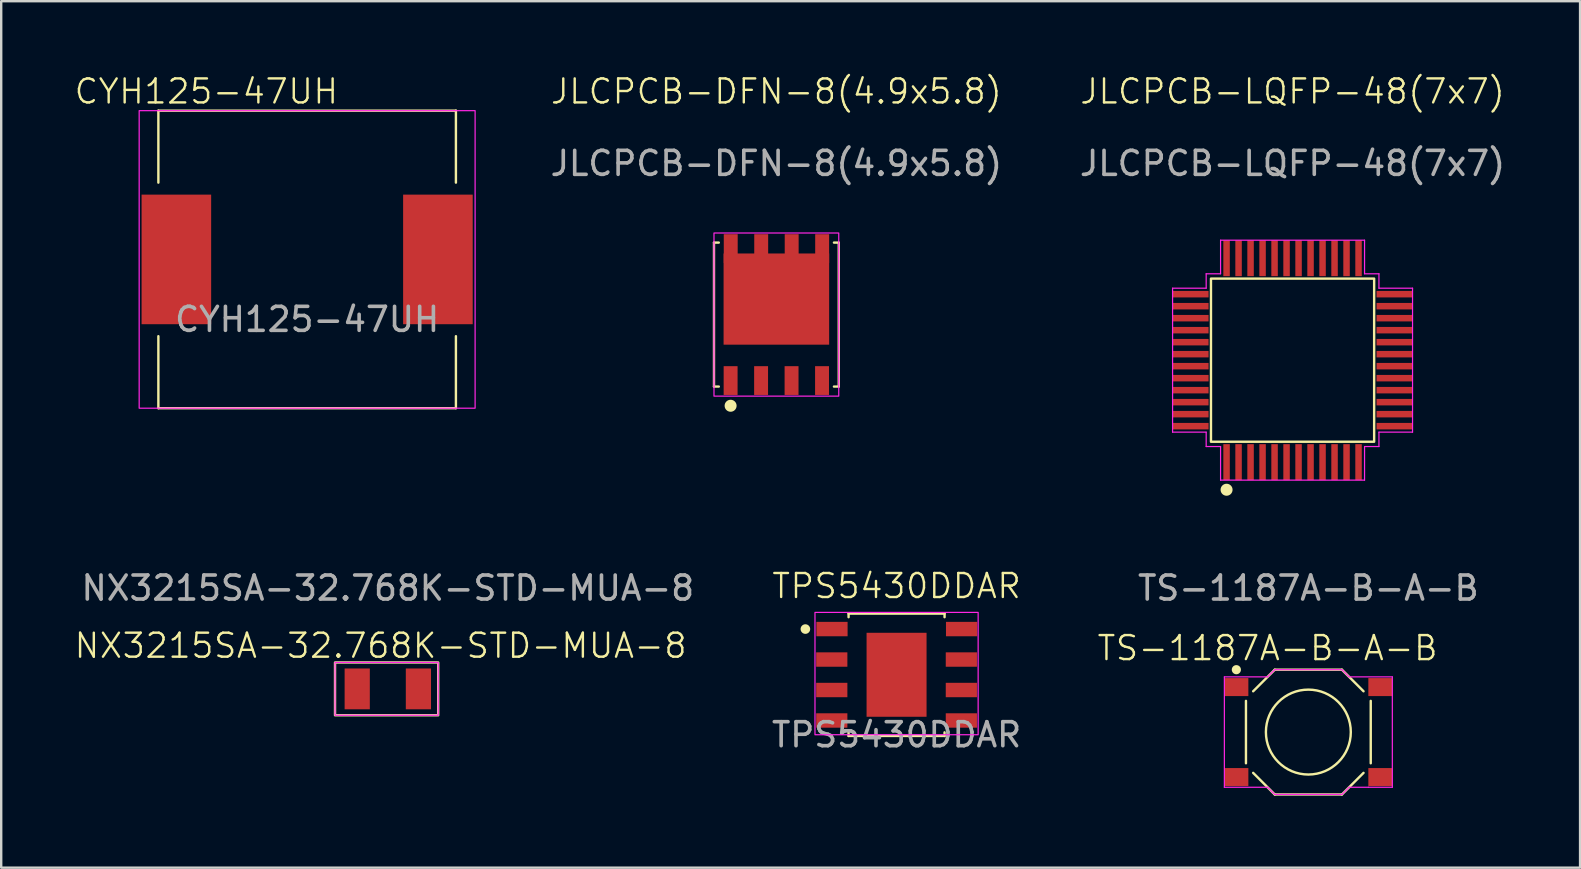
<source format=kicad_pcb>
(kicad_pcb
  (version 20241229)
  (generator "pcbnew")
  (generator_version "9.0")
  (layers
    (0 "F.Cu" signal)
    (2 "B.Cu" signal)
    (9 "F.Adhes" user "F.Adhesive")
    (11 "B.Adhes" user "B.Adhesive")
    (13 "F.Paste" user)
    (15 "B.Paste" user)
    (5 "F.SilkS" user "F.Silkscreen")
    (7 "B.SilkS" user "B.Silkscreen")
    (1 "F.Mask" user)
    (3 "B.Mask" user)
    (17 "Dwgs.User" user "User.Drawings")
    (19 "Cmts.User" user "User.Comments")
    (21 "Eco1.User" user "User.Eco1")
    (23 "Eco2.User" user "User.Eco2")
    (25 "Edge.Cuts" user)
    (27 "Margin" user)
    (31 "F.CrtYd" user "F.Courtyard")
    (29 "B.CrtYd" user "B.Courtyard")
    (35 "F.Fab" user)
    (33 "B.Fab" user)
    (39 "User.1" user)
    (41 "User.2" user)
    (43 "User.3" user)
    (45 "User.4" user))
  (footprint "CYH125-47UH"
    (layer "F.Cu")
    (at 9.75 7.761)
    (property "Reference" "CYH125-47UH" (at -4.2 -7 0) (unlocked yes) (layer "F.SilkS") (effects (font (size 1 1) (thickness 0.1))))
    (attr smd)
    (fp_line (start -6.2 -6.2) (end -6.2 -3.2) (stroke (width 0.1) (type default)) (layer "F.SilkS"))
    (fp_line (start -6.2 -6.2) (end 6.2 -6.2) (stroke (width 0.1) (type default)) (layer "F.SilkS"))
    (fp_line (start -6.2 6.2) (end -6.2 3.2) (stroke (width 0.1) (type default)) (layer "F.SilkS"))
    (fp_line (start -6.2 6.2) (end 6.2 6.2) (stroke (width 0.1) (type default)) (layer "F.SilkS"))
    (fp_line (start 6.2 -6.2) (end 6.2 -3.2) (stroke (width 0.1) (type default)) (layer "F.SilkS"))
    (fp_line (start 6.2 6.2) (end 6.2 3.2) (stroke (width 0.1) (type default)) (layer "F.SilkS"))
    (fp_rect (start -7 -6.2) (end 7 6.2) (stroke (width 0.05) (type default)) (fill no) (layer "F.CrtYd"))
    (fp_text user "${REFERENCE}" (at 0 2.5 0) (unlocked yes) (layer "F.Fab") (effects (font (size 1 1) (thickness 0.15))))
    (pad "1" smd rect (at -5.45 0) (size 2.9 5.4) (layers "F.Cu" "F.Mask" "F.Paste"))
    (pad "2" smd rect (at 5.45 0) (size 2.9 5.4) (layers "F.Cu" "F.Mask" "F.Paste")))
  (footprint "TS-1187A-B-A-B"
    (layer "F.Cu")
    (at 51.475 27.459)
    (property "Reference" "TS-1187A-B-A-B" (at -1.7 -3.5 0) (unlocked yes) (layer "F.SilkS") (effects (font (size 1 1) (thickness 0.1))))
    (attr smd)
    (fp_line (start -2.6 -1.3) (end -2.6 1.3) (stroke (width 0.1) (type default)) (layer "F.SilkS"))
    (fp_line (start -2.3 1.7) (end -1.4 2.6) (stroke (width 0.1) (type default)) (layer "F.SilkS"))
    (fp_line (start -1.4 -2.6) (end -2.3 -1.7) (stroke (width 0.1) (type default)) (layer "F.SilkS"))
    (fp_line (start -1.4 -2.6) (end 1.4 -2.6) (stroke (width 0.1) (type default)) (layer "F.SilkS"))
    (fp_line (start -1.4 2.6) (end 1.4 2.6) (stroke (width 0.1) (type default)) (layer "F.SilkS"))
    (fp_line (start 1.4 -2.6) (end 2.3 -1.7) (stroke (width 0.1) (type default)) (layer "F.SilkS"))
    (fp_line (start 2.3 1.7) (end 1.4 2.6) (stroke (width 0.1) (type default)) (layer "F.SilkS"))
    (fp_line (start 2.6 -1.3) (end 2.6 1.3) (stroke (width 0.1) (type default)) (layer "F.SilkS"))
    (fp_circle (center -3 -2.6) (end -2.859 -2.6) (stroke (width 0.1) (type solid)) (fill yes) (layer "F.SilkS"))
    (fp_circle (center 0 0) (end 1.3 -1.2) (stroke (width 0.1) (type default)) (fill no) (layer "F.SilkS"))
    (fp_line (start -3.5 -2.3) (end -3.5 2.3) (stroke (width 0.05) (type default)) (layer "F.CrtYd"))
    (fp_line (start -3.5 -2.3) (end -1.7 -2.3) (stroke (width 0.05) (type default)) (layer "F.CrtYd"))
    (fp_line (start -3.5 2.3) (end -1.7 2.3) (stroke (width 0.05) (type default)) (layer "F.CrtYd"))
    (fp_line (start -1.7 -2.3) (end -1.4 -2.6) (stroke (width 0.05) (type default)) (layer "F.CrtYd"))
    (fp_line (start -1.7 2.3) (end -1.4 2.6) (stroke (width 0.05) (type default)) (layer "F.CrtYd"))
    (fp_line (start -1.4 2.6) (end 1.4 2.6) (stroke (width 0.05) (type default)) (layer "F.CrtYd"))
    (fp_line (start 1.4 -2.6) (end -1.4 -2.6) (stroke (width 0.05) (type default)) (layer "F.CrtYd"))
    (fp_line (start 1.7 -2.3) (end 1.4 -2.6) (stroke (width 0.05) (type default)) (layer "F.CrtYd"))
    (fp_line (start 1.7 -2.3) (end 3.5 -2.3) (stroke (width 0.05) (type default)) (layer "F.CrtYd"))
    (fp_line (start 1.7 2.3) (end 1.4 2.6) (stroke (width 0.05) (type default)) (layer "F.CrtYd"))
    (fp_line (start 2.5 2.3) (end 1.7 2.3) (stroke (width 0.05) (type default)) (layer "F.CrtYd"))
    (fp_line (start 3.5 -2.3) (end 3.5 2.3) (stroke (width 0.05) (type default)) (layer "F.CrtYd"))
    (fp_line (start 3.5 2.3) (end 2.5 2.3) (stroke (width 0.05) (type default)) (layer "F.CrtYd"))
    (fp_text user "${REFERENCE}" (at 0 -6 0) (unlocked yes) (layer "F.Fab") (effects (font (size 1 1) (thickness 0.15))))
    (pad "1" smd rect (at -3 -1.875) (size 1 0.75) (layers "F.Cu" "F.Mask" "F.Paste"))
    (pad "2" smd rect (at 3 -1.875) (size 1 0.75) (layers "F.Cu" "F.Mask" "F.Paste"))
    (pad "3" smd rect (at -3 1.875) (size 1 0.75) (layers "F.Cu" "F.Mask" "F.Paste"))
    (pad "4" smd rect (at 3 1.875) (size 1 0.75) (layers "F.Cu" "F.Mask" "F.Paste")))
  (footprint "NX3215SA-32.768K-STD-MUA-8"
    (layer "F.Cu")
    (at 13.112 25.659)
    (property "Reference" "NX3215SA-32.768K-STD-MUA-8" (at -0.3 -1.8 0) (unlocked yes) (layer "F.SilkS") (effects (font (size 1 1) (thickness 0.1))))
    (attr smd)
    (fp_rect (start -2.2 -1.1) (end 2.1 1.1) (stroke (width 0.1) (type default)) (fill no) (layer "F.SilkS"))
    (fp_rect (start -2.2 -1.1) (end 2.1 1.1) (stroke (width 0.05) (type default)) (fill no) (layer "F.CrtYd"))
    (fp_text user "${REFERENCE}" (at 0 -4.2 0) (unlocked yes) (layer "F.Fab") (effects (font (size 1 1) (thickness 0.15))))
    (pad "1" smd rect (at -1.275 0) (size 1.05 1.7) (layers "F.Cu" "F.Mask" "F.Paste"))
    (pad "2" smd rect (at 1.275 0) (size 1.05 1.7) (layers "F.Cu" "F.Mask" "F.Paste")))
  (footprint "JLCPCB-LQFP-48(7x7)"
    (layer "F.Cu")
    (at 50.817 11.96)
    (property "Reference" "JLCPCB-LQFP-48(7x7)" (at 0 -11.2 0) (unlocked yes) (layer "F.SilkS") (effects (font (size 1 1) (thickness 0.1))))
    (attr smd)
    (fp_rect (start -3.4 -3.4) (end 3.4 3.4) (stroke (width 0.1) (type default)) (fill no) (layer "F.SilkS"))
    (fp_circle (center -2.75 5.4) (end -2.55 5.4) (stroke (width 0.1) (type solid)) (fill yes) (layer "F.SilkS"))
    (fp_line (start -5 -3) (end -5 3) (stroke (width 0.05) (type default)) (layer "F.CrtYd"))
    (fp_line (start -5 3) (end -3.6 3) (stroke (width 0.05) (type default)) (layer "F.CrtYd"))
    (fp_line (start -3.6 -3.6) (end -3.6 -3) (stroke (width 0.05) (type default)) (layer "F.CrtYd"))
    (fp_line (start -3.6 -3) (end -5 -3) (stroke (width 0.05) (type default)) (layer "F.CrtYd"))
    (fp_line (start -3.6 3) (end -3.6 3.6) (stroke (width 0.05) (type default)) (layer "F.CrtYd"))
    (fp_line (start -3.6 3.6) (end -3 3.6) (stroke (width 0.05) (type default)) (layer "F.CrtYd"))
    (fp_line (start -3 -5) (end -3 -3.6) (stroke (width 0.05) (type default)) (layer "F.CrtYd"))
    (fp_line (start -3 -3.6) (end -3.6 -3.6) (stroke (width 0.05) (type default)) (layer "F.CrtYd"))
    (fp_line (start -3 3.6) (end -3 5) (stroke (width 0.05) (type default)) (layer "F.CrtYd"))
    (fp_line (start -3 5) (end 3 5) (stroke (width 0.05) (type default)) (layer "F.CrtYd"))
    (fp_line (start 3 -5) (end -3 -5) (stroke (width 0.05) (type default)) (layer "F.CrtYd"))
    (fp_line (start 3 -3.6) (end 3 -5) (stroke (width 0.05) (type default)) (layer "F.CrtYd"))
    (fp_line (start 3 3.6) (end 3.6 3.6) (stroke (width 0.05) (type default)) (layer "F.CrtYd"))
    (fp_line (start 3 5) (end 3 3.6) (stroke (width 0.05) (type default)) (layer "F.CrtYd"))
    (fp_line (start 3.6 -3.6) (end 3 -3.6) (stroke (width 0.05) (type default)) (layer "F.CrtYd"))
    (fp_line (start 3.6 -3) (end 3.6 -3.6) (stroke (width 0.05) (type default)) (layer "F.CrtYd"))
    (fp_line (start 3.6 3) (end 5 3) (stroke (width 0.05) (type default)) (layer "F.CrtYd"))
    (fp_line (start 3.6 3.6) (end 3.6 3) (stroke (width 0.05) (type default)) (layer "F.CrtYd"))
    (fp_line (start 5 -3) (end 3.6 -3) (stroke (width 0.05) (type default)) (layer "F.CrtYd"))
    (fp_line (start 5 3) (end 5 -3) (stroke (width 0.05) (type default)) (layer "F.CrtYd"))
    (fp_text user "${REFERENCE}" (at 0 -8.2 0) (unlocked yes) (layer "F.Fab") (effects (font (size 1 1) (thickness 0.15))))
    (pad "1" smd rect (at -2.75 4.25) (size 0.27 1.5) (layers "F.Cu" "F.Mask" "F.Paste"))
    (pad "2" smd rect (at -2.25 4.25) (size 0.27 1.5) (layers "F.Cu" "F.Mask" "F.Paste"))
    (pad "3" smd rect (at -1.75 4.25) (size 0.27 1.5) (layers "F.Cu" "F.Mask" "F.Paste"))
    (pad "4" smd rect (at -1.25 4.25) (size 0.27 1.5) (layers "F.Cu" "F.Mask" "F.Paste"))
    (pad "5" smd rect (at -0.75 4.25) (size 0.27 1.5) (layers "F.Cu" "F.Mask" "F.Paste"))
    (pad "6" smd rect (at -0.25 4.25) (size 0.27 1.5) (layers "F.Cu" "F.Mask" "F.Paste"))
    (pad "7" smd rect (at 0.25 4.25) (size 0.27 1.5) (layers "F.Cu" "F.Mask" "F.Paste"))
    (pad "8" smd rect (at 0.75 4.25) (size 0.27 1.5) (layers "F.Cu" "F.Mask" "F.Paste"))
    (pad "9" smd rect (at 1.25 4.25) (size 0.27 1.5) (layers "F.Cu" "F.Mask" "F.Paste"))
    (pad "10" smd rect (at 1.75 4.25) (size 0.27 1.5) (layers "F.Cu" "F.Mask" "F.Paste"))
    (pad "11" smd rect (at 2.25 4.25) (size 0.27 1.5) (layers "F.Cu" "F.Mask" "F.Paste"))
    (pad "12" smd rect (at 2.75 4.25) (size 0.27 1.5) (layers "F.Cu" "F.Mask" "F.Paste"))
    (pad "13" smd rect (at 4.25 2.75 90) (size 0.27 1.5) (layers "F.Cu" "F.Mask" "F.Paste"))
    (pad "14" smd rect (at 4.25 2.25 90) (size 0.27 1.5) (layers "F.Cu" "F.Mask" "F.Paste"))
    (pad "15" smd rect (at 4.25 1.75 90) (size 0.27 1.5) (layers "F.Cu" "F.Mask" "F.Paste"))
    (pad "16" smd rect (at 4.25 1.25 90) (size 0.27 1.5) (layers "F.Cu" "F.Mask" "F.Paste"))
    (pad "17" smd rect (at 4.25 0.75 90) (size 0.27 1.5) (layers "F.Cu" "F.Mask" "F.Paste"))
    (pad "18" smd rect (at 4.25 0.25 90) (size 0.27 1.5) (layers "F.Cu" "F.Mask" "F.Paste"))
    (pad "19" smd rect (at 4.25 -0.25 90) (size 0.27 1.5) (layers "F.Cu" "F.Mask" "F.Paste"))
    (pad "20" smd rect (at 4.25 -0.75 90) (size 0.27 1.5) (layers "F.Cu" "F.Mask" "F.Paste"))
    (pad "21" smd rect (at 4.25 -1.25 90) (size 0.27 1.5) (layers "F.Cu" "F.Mask" "F.Paste"))
    (pad "22" smd rect (at 4.25 -1.75 90) (size 0.27 1.5) (layers "F.Cu" "F.Mask" "F.Paste"))
    (pad "23" smd rect (at 4.25 -2.25 90) (size 0.27 1.5) (layers "F.Cu" "F.Mask" "F.Paste"))
    (pad "24" smd rect (at 4.25 -2.75 90) (size 0.27 1.5) (layers "F.Cu" "F.Mask" "F.Paste"))
    (pad "25" smd rect (at 2.75 -4.25) (size 0.27 1.5) (layers "F.Cu" "F.Mask" "F.Paste"))
    (pad "26" smd rect (at 2.25 -4.25) (size 0.27 1.5) (layers "F.Cu" "F.Mask" "F.Paste"))
    (pad "27" smd rect (at 1.75 -4.25) (size 0.27 1.5) (layers "F.Cu" "F.Mask" "F.Paste"))
    (pad "28" smd rect (at 1.25 -4.25) (size 0.27 1.5) (layers "F.Cu" "F.Mask" "F.Paste"))
    (pad "29" smd rect (at 0.75 -4.25) (size 0.27 1.5) (layers "F.Cu" "F.Mask" "F.Paste"))
    (pad "30" smd rect (at 0.25 -4.25) (size 0.27 1.5) (layers "F.Cu" "F.Mask" "F.Paste"))
    (pad "31" smd rect (at -0.25 -4.25) (size 0.27 1.5) (layers "F.Cu" "F.Mask" "F.Paste"))
    (pad "32" smd rect (at -0.75 -4.25) (size 0.27 1.5) (layers "F.Cu" "F.Mask" "F.Paste"))
    (pad "33" smd rect (at -1.25 -4.25) (size 0.27 1.5) (layers "F.Cu" "F.Mask" "F.Paste"))
    (pad "34" smd rect (at -1.75 -4.25) (size 0.27 1.5) (layers "F.Cu" "F.Mask" "F.Paste"))
    (pad "35" smd rect (at -2.25 -4.25) (size 0.27 1.5) (layers "F.Cu" "F.Mask" "F.Paste"))
    (pad "36" smd rect (at -2.75 -4.25) (size 0.27 1.5) (layers "F.Cu" "F.Mask" "F.Paste"))
    (pad "37" smd rect (at -4.25 -2.75 90) (size 0.27 1.5) (layers "F.Cu" "F.Mask" "F.Paste"))
    (pad "38" smd rect (at -4.25 -2.25 90) (size 0.27 1.5) (layers "F.Cu" "F.Mask" "F.Paste"))
    (pad "39" smd rect (at -4.25 -1.75 90) (size 0.27 1.5) (layers "F.Cu" "F.Mask" "F.Paste"))
    (pad "40" smd rect (at -4.25 -1.25 90) (size 0.27 1.5) (layers "F.Cu" "F.Mask" "F.Paste"))
    (pad "41" smd rect (at -4.25 -0.75 90) (size 0.27 1.5) (layers "F.Cu" "F.Mask" "F.Paste"))
    (pad "42" smd rect (at -4.25 -0.25 90) (size 0.27 1.5) (layers "F.Cu" "F.Mask" "F.Paste"))
    (pad "43" smd rect (at -4.25 0.25 90) (size 0.27 1.5) (layers "F.Cu" "F.Mask" "F.Paste"))
    (pad "44" smd rect (at -4.25 0.75 90) (size 0.27 1.5) (layers "F.Cu" "F.Mask" "F.Paste"))
    (pad "45" smd rect (at -4.25 1.25 90) (size 0.27 1.5) (layers "F.Cu" "F.Mask" "F.Paste"))
    (pad "46" smd rect (at -4.25 1.75 90) (size 0.27 1.5) (layers "F.Cu" "F.Mask" "F.Paste"))
    (pad "47" smd rect (at -4.25 2.25 90) (size 0.27 1.5) (layers "F.Cu" "F.Mask" "F.Paste"))
    (pad "48" smd rect (at -4.25 2.75 90) (size 0.27 1.5) (layers "F.Cu" "F.Mask" "F.Paste")))
  (footprint "TPS5430DDAR"
    (layer "F.Cu")
    (at 34.314 25.071)
    (property "Reference" "TPS5430DDAR" (at 0 -3.7 0) (unlocked yes) (layer "F.SilkS") (effects (font (size 1 1) (thickness 0.1))))
    (attr smd)
    (fp_line (start -2 -2.55) (end -2 -2.4) (stroke (width 0.1) (type default)) (layer "F.SilkS"))
    (fp_line (start -2 -2.55) (end 2 -2.55) (stroke (width 0.1) (type default)) (layer "F.SilkS"))
    (fp_line (start -2 2.55) (end -2 2.4) (stroke (width 0.1) (type default)) (layer "F.SilkS"))
    (fp_line (start -2 2.55) (end 2 2.55) (stroke (width 0.1) (type default)) (layer "F.SilkS"))
    (fp_line (start 2 -2.55) (end 2 -2.4) (stroke (width 0.1) (type default)) (layer "F.SilkS"))
    (fp_line (start 2 2.55) (end 2 2.4) (stroke (width 0.1) (type default)) (layer "F.SilkS"))
    (fp_circle (center -3.8 -1.905) (end -3.65 -1.905) (stroke (width 0.1) (type solid)) (fill yes) (layer "F.SilkS"))
    (fp_rect (start -3.4 -2.6) (end 3.4 2.5) (stroke (width 0.05) (type default)) (fill no) (layer "F.CrtYd"))
    (fp_text user "${REFERENCE}" (at 0 2.5 0) (unlocked yes) (layer "F.Fab") (effects (font (size 1 1) (thickness 0.15))))
    (pad "1" smd rect (at -2.691 -1.905) (size 1.3 0.6) (layers "F.Cu" "F.Mask" "F.Paste"))
    (pad "2" smd rect (at -2.7 -0.635) (size 1.3 0.6) (layers "F.Cu" "F.Mask" "F.Paste"))
    (pad "3" smd rect (at -2.7 0.635) (size 1.3 0.6) (layers "F.Cu" "F.Mask" "F.Paste"))
    (pad "4" smd rect (at -2.7 1.905) (size 1.3 0.6) (layers "F.Cu" "F.Mask" "F.Paste"))
    (pad "5" smd rect (at 2.7 1.905) (size 1.3 0.6) (layers "F.Cu" "F.Mask" "F.Paste"))
    (pad "6" smd rect (at 2.7 0.635) (size 1.3 0.6) (layers "F.Cu" "F.Mask" "F.Paste"))
    (pad "7" smd rect (at 2.7 -0.635) (size 1.3 0.6) (layers "F.Cu" "F.Mask" "F.Paste"))
    (pad "8" smd rect (at 2.709 -1.905) (size 1.3 0.6) (layers "F.Cu" "F.Mask" "F.Paste"))
    (pad "9" smd rect (at 0 0) (size 2.5 3.5) (layers "F.Cu" "F.Mask" "F.Paste")))
  (footprint "JLCPCB-DFN-8(4.9x5.8)"
    (layer "F.Cu")
    (at 29.305 10.06)
    (property "Reference" "JLCPCB-DFN-8(4.9x5.8)" (at 0 -9.3 0) (unlocked yes) (layer "F.SilkS") (effects (font (size 1 1) (thickness 0.1))))
    (attr smd)
    (fp_line (start -2.6 -3) (end -2.4 -3) (stroke (width 0.1) (type default)) (layer "F.SilkS"))
    (fp_line (start -2.6 3) (end -2.6 -3) (stroke (width 0.1) (type default)) (layer "F.SilkS"))
    (fp_line (start -2.6 3) (end -2.4 3) (stroke (width 0.1) (type default)) (layer "F.SilkS"))
    (fp_line (start 2.6 -3) (end 2.4 -3) (stroke (width 0.1) (type default)) (layer "F.SilkS"))
    (fp_line (start 2.6 3) (end 2.4 3) (stroke (width 0.1) (type default)) (layer "F.SilkS"))
    (fp_line (start 2.6 3) (end 2.6 -3) (stroke (width 0.1) (type default)) (layer "F.SilkS"))
    (fp_circle (center -1.907 3.8) (end -1.707 3.8) (stroke (width 0.1) (type solid)) (fill yes) (layer "F.SilkS"))
    (fp_rect (start -2.6 -3.4) (end 2.6 3.4) (stroke (width 0.05) (type default)) (fill no) (layer "F.CrtYd"))
    (fp_text user "${REFERENCE}" (at 0 -6.3 0) (unlocked yes) (layer "F.Fab") (effects (font (size 1 1) (thickness 0.15))))
    (pad "1" smd rect (at -1.902 -2.75) (size 0.58 1.2) (layers "F.Cu" "F.Mask" "F.Paste"))
    (pad "1" smd rect (at -0.632 -2.75) (size 0.58 1.2) (layers "F.Cu" "F.Mask" "F.Paste"))
    (pad "1" smd rect (at 0 -0.646) (size 4.4 3.8) (layers "F.Cu" "F.Mask" "F.Paste"))
    (pad "1" smd rect (at 0.638 -2.75) (size 0.58 1.2) (layers "F.Cu" "F.Mask" "F.Paste"))
    (pad "1" smd rect (at 1.908 -2.75) (size 0.58 1.2) (layers "F.Cu" "F.Mask" "F.Paste"))
    (pad "2" smd rect (at 1.903 2.75) (size 0.58 1.2) (layers "F.Cu" "F.Mask" "F.Paste"))
    (pad "3" smd rect (at -1.907 2.75) (size 0.58 1.2) (layers "F.Cu" "F.Mask" "F.Paste"))
    (pad "3" smd rect (at -0.637 2.75) (size 0.58 1.2) (layers "F.Cu" "F.Mask" "F.Paste"))
    (pad "3" smd rect (at 0.633 2.75) (size 0.58 1.2) (layers "F.Cu" "F.Mask" "F.Paste")))
  (gr_rect
    (start -3 -3)
    (end 62.799 33.109)
    (stroke (width 0.1) (type default))
    (fill no)
    (layer "Edge.Cuts")))
</source>
